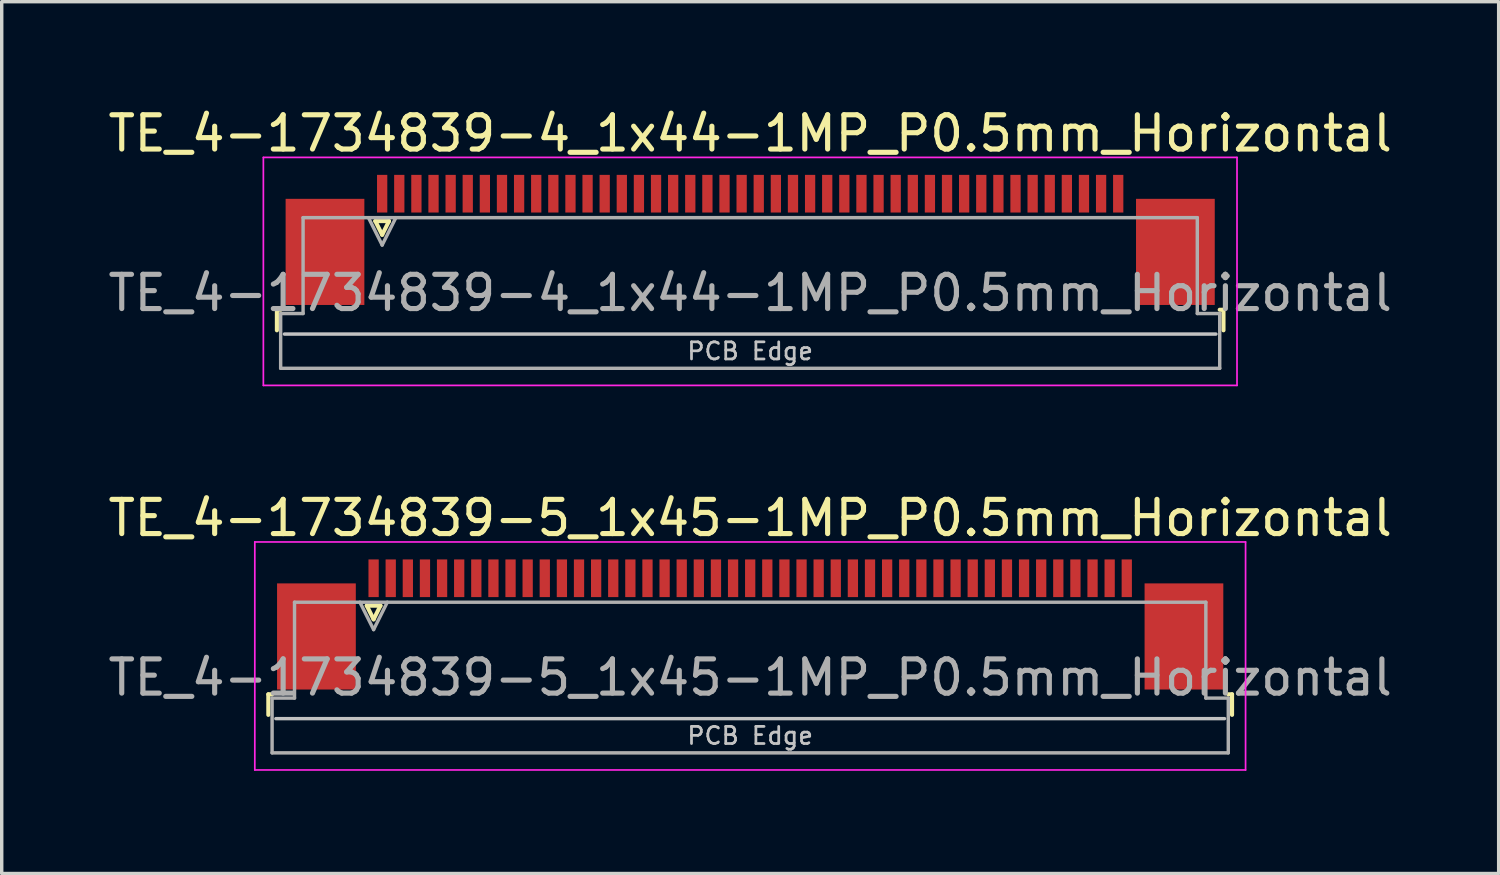
<source format=kicad_pcb>
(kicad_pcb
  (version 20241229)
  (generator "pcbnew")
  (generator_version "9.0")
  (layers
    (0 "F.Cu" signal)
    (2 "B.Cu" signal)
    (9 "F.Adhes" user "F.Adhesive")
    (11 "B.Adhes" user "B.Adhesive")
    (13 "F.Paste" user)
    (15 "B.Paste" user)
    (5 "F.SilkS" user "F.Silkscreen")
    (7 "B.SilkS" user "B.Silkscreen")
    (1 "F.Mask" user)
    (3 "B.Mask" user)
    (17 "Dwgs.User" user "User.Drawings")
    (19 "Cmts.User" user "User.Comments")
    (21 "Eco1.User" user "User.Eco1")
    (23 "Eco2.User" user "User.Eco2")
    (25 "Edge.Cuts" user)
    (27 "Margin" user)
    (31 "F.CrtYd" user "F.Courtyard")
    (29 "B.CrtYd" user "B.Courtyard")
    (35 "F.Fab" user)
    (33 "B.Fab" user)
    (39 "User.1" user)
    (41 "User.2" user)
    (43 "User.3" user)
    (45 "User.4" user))
  (footprint "TE_4-1734839-5_1x45-1MP_P0.5mm_Horizontal"
    (layer "F.Cu")
    (at 18.863 15.191)
    (property "Reference" "TE_4-1734839-5_1x45-1MP_P0.5mm_Horizontal" (at 0 -3.11 0) (layer "F.SilkS") (effects (font (size 1 1) (thickness 0.15))))
    (attr smd)
    (fp_line (start -14.075 2.04) (end -14.075 2.64) (stroke (width 0.12) (type solid)) (layer "F.SilkS"))
    (fp_line (start -13.965 2.04) (end -14.075 2.04) (stroke (width 0.12) (type solid)) (layer "F.SilkS"))
    (fp_line (start -11.2 -0.55) (end -11 -0.15) (stroke (width 0.12) (type solid)) (layer "F.SilkS"))
    (fp_line (start -11 -0.15) (end -10.8 -0.55) (stroke (width 0.12) (type solid)) (layer "F.SilkS"))
    (fp_line (start -10.8 -0.55) (end -11.2 -0.55) (stroke (width 0.12) (type solid)) (layer "F.SilkS"))
    (fp_line (start 13.965 2.04) (end 14.075 2.04) (stroke (width 0.12) (type solid)) (layer "F.SilkS"))
    (fp_line (start 14.075 2.04) (end 14.075 2.64) (stroke (width 0.12) (type solid)) (layer "F.SilkS"))
    (fp_line (start 13.855 2.75) (end -13.855 2.75) (stroke (width 0.1) (type solid)) (layer "Dwgs.User"))
    (fp_line (start -14.47 -2.41) (end -14.47 4.25) (stroke (width 0.05) (type solid)) (layer "F.CrtYd"))
    (fp_line (start -14.47 4.25) (end 14.47 4.25) (stroke (width 0.05) (type solid)) (layer "F.CrtYd"))
    (fp_line (start 14.47 -2.41) (end -14.47 -2.41) (stroke (width 0.05) (type solid)) (layer "F.CrtYd"))
    (fp_line (start 14.47 4.25) (end 14.47 -2.41) (stroke (width 0.05) (type solid)) (layer "F.CrtYd"))
    (fp_line (start -13.965 2.15) (end -13.31 2.15) (stroke (width 0.1) (type solid)) (layer "F.Fab"))
    (fp_line (start -13.965 3.75) (end -13.965 2.15) (stroke (width 0.1) (type solid)) (layer "F.Fab"))
    (fp_line (start -13.31 -0.65) (end 13.31 -0.65) (stroke (width 0.1) (type solid)) (layer "F.Fab"))
    (fp_line (start -13.31 2.15) (end -13.31 -0.65) (stroke (width 0.1) (type solid)) (layer "F.Fab"))
    (fp_line (start -11.4 -0.65) (end -11 0.15) (stroke (width 0.1) (type solid)) (layer "F.Fab"))
    (fp_line (start -11 0.15) (end -10.6 -0.65) (stroke (width 0.1) (type solid)) (layer "F.Fab"))
    (fp_line (start 13.31 -0.65) (end 13.31 2.15) (stroke (width 0.1) (type solid)) (layer "F.Fab"))
    (fp_line (start 13.31 2.15) (end 13.965 2.15) (stroke (width 0.1) (type solid)) (layer "F.Fab"))
    (fp_line (start 13.965 2.15) (end 13.965 3.75) (stroke (width 0.1) (type solid)) (layer "F.Fab"))
    (fp_line (start 13.965 3.75) (end -13.965 3.75) (stroke (width 0.1) (type solid)) (layer "F.Fab"))
    (fp_text user "PCB Edge" (at 0 3.25 0) (layer "Dwgs.User") (effects (font (size 0.5 0.5) (thickness 0.08))))
    (fp_text user "${REFERENCE}" (at 0 1.55 0) (layer "F.Fab") (effects (font (size 1 1) (thickness 0.15))))
    (pad "1" smd rect (at -11 -1.35) (size 0.3 1.1) (layers "F.Cu" "F.Mask" "F.Paste"))
    (pad "2" smd rect (at -10.5 -1.35) (size 0.3 1.1) (layers "F.Cu" "F.Mask" "F.Paste"))
    (pad "3" smd rect (at -10 -1.35) (size 0.3 1.1) (layers "F.Cu" "F.Mask" "F.Paste"))
    (pad "4" smd rect (at -9.5 -1.35) (size 0.3 1.1) (layers "F.Cu" "F.Mask" "F.Paste"))
    (pad "5" smd rect (at -9 -1.35) (size 0.3 1.1) (layers "F.Cu" "F.Mask" "F.Paste"))
    (pad "6" smd rect (at -8.5 -1.35) (size 0.3 1.1) (layers "F.Cu" "F.Mask" "F.Paste"))
    (pad "7" smd rect (at -8 -1.35) (size 0.3 1.1) (layers "F.Cu" "F.Mask" "F.Paste"))
    (pad "8" smd rect (at -7.5 -1.35) (size 0.3 1.1) (layers "F.Cu" "F.Mask" "F.Paste"))
    (pad "9" smd rect (at -7 -1.35) (size 0.3 1.1) (layers "F.Cu" "F.Mask" "F.Paste"))
    (pad "10" smd rect (at -6.5 -1.35) (size 0.3 1.1) (layers "F.Cu" "F.Mask" "F.Paste"))
    (pad "11" smd rect (at -6 -1.35) (size 0.3 1.1) (layers "F.Cu" "F.Mask" "F.Paste"))
    (pad "12" smd rect (at -5.5 -1.35) (size 0.3 1.1) (layers "F.Cu" "F.Mask" "F.Paste"))
    (pad "13" smd rect (at -5 -1.35) (size 0.3 1.1) (layers "F.Cu" "F.Mask" "F.Paste"))
    (pad "14" smd rect (at -4.5 -1.35) (size 0.3 1.1) (layers "F.Cu" "F.Mask" "F.Paste"))
    (pad "15" smd rect (at -4 -1.35) (size 0.3 1.1) (layers "F.Cu" "F.Mask" "F.Paste"))
    (pad "16" smd rect (at -3.5 -1.35) (size 0.3 1.1) (layers "F.Cu" "F.Mask" "F.Paste"))
    (pad "17" smd rect (at -3 -1.35) (size 0.3 1.1) (layers "F.Cu" "F.Mask" "F.Paste"))
    (pad "18" smd rect (at -2.5 -1.35) (size 0.3 1.1) (layers "F.Cu" "F.Mask" "F.Paste"))
    (pad "19" smd rect (at -2 -1.35) (size 0.3 1.1) (layers "F.Cu" "F.Mask" "F.Paste"))
    (pad "20" smd rect (at -1.5 -1.35) (size 0.3 1.1) (layers "F.Cu" "F.Mask" "F.Paste"))
    (pad "21" smd rect (at -1 -1.35) (size 0.3 1.1) (layers "F.Cu" "F.Mask" "F.Paste"))
    (pad "22" smd rect (at -0.5 -1.35) (size 0.3 1.1) (layers "F.Cu" "F.Mask" "F.Paste"))
    (pad "23" smd rect (at 0 -1.35) (size 0.3 1.1) (layers "F.Cu" "F.Mask" "F.Paste"))
    (pad "24" smd rect (at 0.5 -1.35) (size 0.3 1.1) (layers "F.Cu" "F.Mask" "F.Paste"))
    (pad "25" smd rect (at 1 -1.35) (size 0.3 1.1) (layers "F.Cu" "F.Mask" "F.Paste"))
    (pad "26" smd rect (at 1.5 -1.35) (size 0.3 1.1) (layers "F.Cu" "F.Mask" "F.Paste"))
    (pad "27" smd rect (at 2 -1.35) (size 0.3 1.1) (layers "F.Cu" "F.Mask" "F.Paste"))
    (pad "28" smd rect (at 2.5 -1.35) (size 0.3 1.1) (layers "F.Cu" "F.Mask" "F.Paste"))
    (pad "29" smd rect (at 3 -1.35) (size 0.3 1.1) (layers "F.Cu" "F.Mask" "F.Paste"))
    (pad "30" smd rect (at 3.5 -1.35) (size 0.3 1.1) (layers "F.Cu" "F.Mask" "F.Paste"))
    (pad "31" smd rect (at 4 -1.35) (size 0.3 1.1) (layers "F.Cu" "F.Mask" "F.Paste"))
    (pad "32" smd rect (at 4.5 -1.35) (size 0.3 1.1) (layers "F.Cu" "F.Mask" "F.Paste"))
    (pad "33" smd rect (at 5 -1.35) (size 0.3 1.1) (layers "F.Cu" "F.Mask" "F.Paste"))
    (pad "34" smd rect (at 5.5 -1.35) (size 0.3 1.1) (layers "F.Cu" "F.Mask" "F.Paste"))
    (pad "35" smd rect (at 6 -1.35) (size 0.3 1.1) (layers "F.Cu" "F.Mask" "F.Paste"))
    (pad "36" smd rect (at 6.5 -1.35) (size 0.3 1.1) (layers "F.Cu" "F.Mask" "F.Paste"))
    (pad "37" smd rect (at 7 -1.35) (size 0.3 1.1) (layers "F.Cu" "F.Mask" "F.Paste"))
    (pad "38" smd rect (at 7.5 -1.35) (size 0.3 1.1) (layers "F.Cu" "F.Mask" "F.Paste"))
    (pad "39" smd rect (at 8 -1.35) (size 0.3 1.1) (layers "F.Cu" "F.Mask" "F.Paste"))
    (pad "40" smd rect (at 8.5 -1.35) (size 0.3 1.1) (layers "F.Cu" "F.Mask" "F.Paste"))
    (pad "41" smd rect (at 9 -1.35) (size 0.3 1.1) (layers "F.Cu" "F.Mask" "F.Paste"))
    (pad "42" smd rect (at 9.5 -1.35) (size 0.3 1.1) (layers "F.Cu" "F.Mask" "F.Paste"))
    (pad "43" smd rect (at 10 -1.35) (size 0.3 1.1) (layers "F.Cu" "F.Mask" "F.Paste"))
    (pad "44" smd rect (at 10.5 -1.35) (size 0.3 1.1) (layers "F.Cu" "F.Mask" "F.Paste"))
    (pad "45" smd rect (at 11 -1.35) (size 0.3 1.1) (layers "F.Cu" "F.Mask" "F.Paste"))
    (pad "MP" smd rect (at -12.67 0.35) (size 2.3 3.1) (layers "F.Cu" "F.Mask" "F.Paste"))
    (pad "MP" smd rect (at 12.67 0.35) (size 2.3 3.1) (layers "F.Cu" "F.Mask" "F.Paste")))
  (footprint "TE_4-1734839-4_1x44-1MP_P0.5mm_Horizontal"
    (layer "F.Cu")
    (at 18.863 3.958)
    (property "Reference" "TE_4-1734839-4_1x44-1MP_P0.5mm_Horizontal" (at 0 -3.11 0) (layer "F.SilkS") (effects (font (size 1 1) (thickness 0.15))))
    (attr smd)
    (fp_line (start -13.825 2.04) (end -13.825 2.64) (stroke (width 0.12) (type solid)) (layer "F.SilkS"))
    (fp_line (start -13.715 2.04) (end -13.825 2.04) (stroke (width 0.12) (type solid)) (layer "F.SilkS"))
    (fp_line (start -10.95 -0.55) (end -10.75 -0.15) (stroke (width 0.12) (type solid)) (layer "F.SilkS"))
    (fp_line (start -10.75 -0.15) (end -10.55 -0.55) (stroke (width 0.12) (type solid)) (layer "F.SilkS"))
    (fp_line (start -10.55 -0.55) (end -10.95 -0.55) (stroke (width 0.12) (type solid)) (layer "F.SilkS"))
    (fp_line (start 13.715 2.04) (end 13.825 2.04) (stroke (width 0.12) (type solid)) (layer "F.SilkS"))
    (fp_line (start 13.825 2.04) (end 13.825 2.64) (stroke (width 0.12) (type solid)) (layer "F.SilkS"))
    (fp_line (start 13.605 2.75) (end -13.605 2.75) (stroke (width 0.1) (type solid)) (layer "Dwgs.User"))
    (fp_line (start -14.22 -2.41) (end -14.22 4.25) (stroke (width 0.05) (type solid)) (layer "F.CrtYd"))
    (fp_line (start -14.22 4.25) (end 14.22 4.25) (stroke (width 0.05) (type solid)) (layer "F.CrtYd"))
    (fp_line (start 14.22 -2.41) (end -14.22 -2.41) (stroke (width 0.05) (type solid)) (layer "F.CrtYd"))
    (fp_line (start 14.22 4.25) (end 14.22 -2.41) (stroke (width 0.05) (type solid)) (layer "F.CrtYd"))
    (fp_line (start -13.715 2.15) (end -13.06 2.15) (stroke (width 0.1) (type solid)) (layer "F.Fab"))
    (fp_line (start -13.715 3.75) (end -13.715 2.15) (stroke (width 0.1) (type solid)) (layer "F.Fab"))
    (fp_line (start -13.06 -0.65) (end 13.06 -0.65) (stroke (width 0.1) (type solid)) (layer "F.Fab"))
    (fp_line (start -13.06 2.15) (end -13.06 -0.65) (stroke (width 0.1) (type solid)) (layer "F.Fab"))
    (fp_line (start -11.15 -0.65) (end -10.75 0.15) (stroke (width 0.1) (type solid)) (layer "F.Fab"))
    (fp_line (start -10.75 0.15) (end -10.35 -0.65) (stroke (width 0.1) (type solid)) (layer "F.Fab"))
    (fp_line (start 13.06 -0.65) (end 13.06 2.15) (stroke (width 0.1) (type solid)) (layer "F.Fab"))
    (fp_line (start 13.06 2.15) (end 13.715 2.15) (stroke (width 0.1) (type solid)) (layer "F.Fab"))
    (fp_line (start 13.715 2.15) (end 13.715 3.75) (stroke (width 0.1) (type solid)) (layer "F.Fab"))
    (fp_line (start 13.715 3.75) (end -13.715 3.75) (stroke (width 0.1) (type solid)) (layer "F.Fab"))
    (fp_text user "PCB Edge" (at 0 3.25 0) (layer "Dwgs.User") (effects (font (size 0.5 0.5) (thickness 0.08))))
    (fp_text user "${REFERENCE}" (at 0 1.55 0) (layer "F.Fab") (effects (font (size 1 1) (thickness 0.15))))
    (pad "1" smd rect (at -10.75 -1.35) (size 0.3 1.1) (layers "F.Cu" "F.Mask" "F.Paste"))
    (pad "2" smd rect (at -10.25 -1.35) (size 0.3 1.1) (layers "F.Cu" "F.Mask" "F.Paste"))
    (pad "3" smd rect (at -9.75 -1.35) (size 0.3 1.1) (layers "F.Cu" "F.Mask" "F.Paste"))
    (pad "4" smd rect (at -9.25 -1.35) (size 0.3 1.1) (layers "F.Cu" "F.Mask" "F.Paste"))
    (pad "5" smd rect (at -8.75 -1.35) (size 0.3 1.1) (layers "F.Cu" "F.Mask" "F.Paste"))
    (pad "6" smd rect (at -8.25 -1.35) (size 0.3 1.1) (layers "F.Cu" "F.Mask" "F.Paste"))
    (pad "7" smd rect (at -7.75 -1.35) (size 0.3 1.1) (layers "F.Cu" "F.Mask" "F.Paste"))
    (pad "8" smd rect (at -7.25 -1.35) (size 0.3 1.1) (layers "F.Cu" "F.Mask" "F.Paste"))
    (pad "9" smd rect (at -6.75 -1.35) (size 0.3 1.1) (layers "F.Cu" "F.Mask" "F.Paste"))
    (pad "10" smd rect (at -6.25 -1.35) (size 0.3 1.1) (layers "F.Cu" "F.Mask" "F.Paste"))
    (pad "11" smd rect (at -5.75 -1.35) (size 0.3 1.1) (layers "F.Cu" "F.Mask" "F.Paste"))
    (pad "12" smd rect (at -5.25 -1.35) (size 0.3 1.1) (layers "F.Cu" "F.Mask" "F.Paste"))
    (pad "13" smd rect (at -4.75 -1.35) (size 0.3 1.1) (layers "F.Cu" "F.Mask" "F.Paste"))
    (pad "14" smd rect (at -4.25 -1.35) (size 0.3 1.1) (layers "F.Cu" "F.Mask" "F.Paste"))
    (pad "15" smd rect (at -3.75 -1.35) (size 0.3 1.1) (layers "F.Cu" "F.Mask" "F.Paste"))
    (pad "16" smd rect (at -3.25 -1.35) (size 0.3 1.1) (layers "F.Cu" "F.Mask" "F.Paste"))
    (pad "17" smd rect (at -2.75 -1.35) (size 0.3 1.1) (layers "F.Cu" "F.Mask" "F.Paste"))
    (pad "18" smd rect (at -2.25 -1.35) (size 0.3 1.1) (layers "F.Cu" "F.Mask" "F.Paste"))
    (pad "19" smd rect (at -1.75 -1.35) (size 0.3 1.1) (layers "F.Cu" "F.Mask" "F.Paste"))
    (pad "20" smd rect (at -1.25 -1.35) (size 0.3 1.1) (layers "F.Cu" "F.Mask" "F.Paste"))
    (pad "21" smd rect (at -0.75 -1.35) (size 0.3 1.1) (layers "F.Cu" "F.Mask" "F.Paste"))
    (pad "22" smd rect (at -0.25 -1.35) (size 0.3 1.1) (layers "F.Cu" "F.Mask" "F.Paste"))
    (pad "23" smd rect (at 0.25 -1.35) (size 0.3 1.1) (layers "F.Cu" "F.Mask" "F.Paste"))
    (pad "24" smd rect (at 0.75 -1.35) (size 0.3 1.1) (layers "F.Cu" "F.Mask" "F.Paste"))
    (pad "25" smd rect (at 1.25 -1.35) (size 0.3 1.1) (layers "F.Cu" "F.Mask" "F.Paste"))
    (pad "26" smd rect (at 1.75 -1.35) (size 0.3 1.1) (layers "F.Cu" "F.Mask" "F.Paste"))
    (pad "27" smd rect (at 2.25 -1.35) (size 0.3 1.1) (layers "F.Cu" "F.Mask" "F.Paste"))
    (pad "28" smd rect (at 2.75 -1.35) (size 0.3 1.1) (layers "F.Cu" "F.Mask" "F.Paste"))
    (pad "29" smd rect (at 3.25 -1.35) (size 0.3 1.1) (layers "F.Cu" "F.Mask" "F.Paste"))
    (pad "30" smd rect (at 3.75 -1.35) (size 0.3 1.1) (layers "F.Cu" "F.Mask" "F.Paste"))
    (pad "31" smd rect (at 4.25 -1.35) (size 0.3 1.1) (layers "F.Cu" "F.Mask" "F.Paste"))
    (pad "32" smd rect (at 4.75 -1.35) (size 0.3 1.1) (layers "F.Cu" "F.Mask" "F.Paste"))
    (pad "33" smd rect (at 5.25 -1.35) (size 0.3 1.1) (layers "F.Cu" "F.Mask" "F.Paste"))
    (pad "34" smd rect (at 5.75 -1.35) (size 0.3 1.1) (layers "F.Cu" "F.Mask" "F.Paste"))
    (pad "35" smd rect (at 6.25 -1.35) (size 0.3 1.1) (layers "F.Cu" "F.Mask" "F.Paste"))
    (pad "36" smd rect (at 6.75 -1.35) (size 0.3 1.1) (layers "F.Cu" "F.Mask" "F.Paste"))
    (pad "37" smd rect (at 7.25 -1.35) (size 0.3 1.1) (layers "F.Cu" "F.Mask" "F.Paste"))
    (pad "38" smd rect (at 7.75 -1.35) (size 0.3 1.1) (layers "F.Cu" "F.Mask" "F.Paste"))
    (pad "39" smd rect (at 8.25 -1.35) (size 0.3 1.1) (layers "F.Cu" "F.Mask" "F.Paste"))
    (pad "40" smd rect (at 8.75 -1.35) (size 0.3 1.1) (layers "F.Cu" "F.Mask" "F.Paste"))
    (pad "41" smd rect (at 9.25 -1.35) (size 0.3 1.1) (layers "F.Cu" "F.Mask" "F.Paste"))
    (pad "42" smd rect (at 9.75 -1.35) (size 0.3 1.1) (layers "F.Cu" "F.Mask" "F.Paste"))
    (pad "43" smd rect (at 10.25 -1.35) (size 0.3 1.1) (layers "F.Cu" "F.Mask" "F.Paste"))
    (pad "44" smd rect (at 10.75 -1.35) (size 0.3 1.1) (layers "F.Cu" "F.Mask" "F.Paste"))
    (pad "MP" smd rect (at -12.42 0.35) (size 2.3 3.1) (layers "F.Cu" "F.Mask" "F.Paste"))
    (pad "MP" smd rect (at 12.42 0.35) (size 2.3 3.1) (layers "F.Cu" "F.Mask" "F.Paste")))
  (gr_rect
    (start -3 -3)
    (end 40.726 22.466)
    (stroke (width 0.1) (type default))
    (fill no)
    (layer "Edge.Cuts")))
</source>
